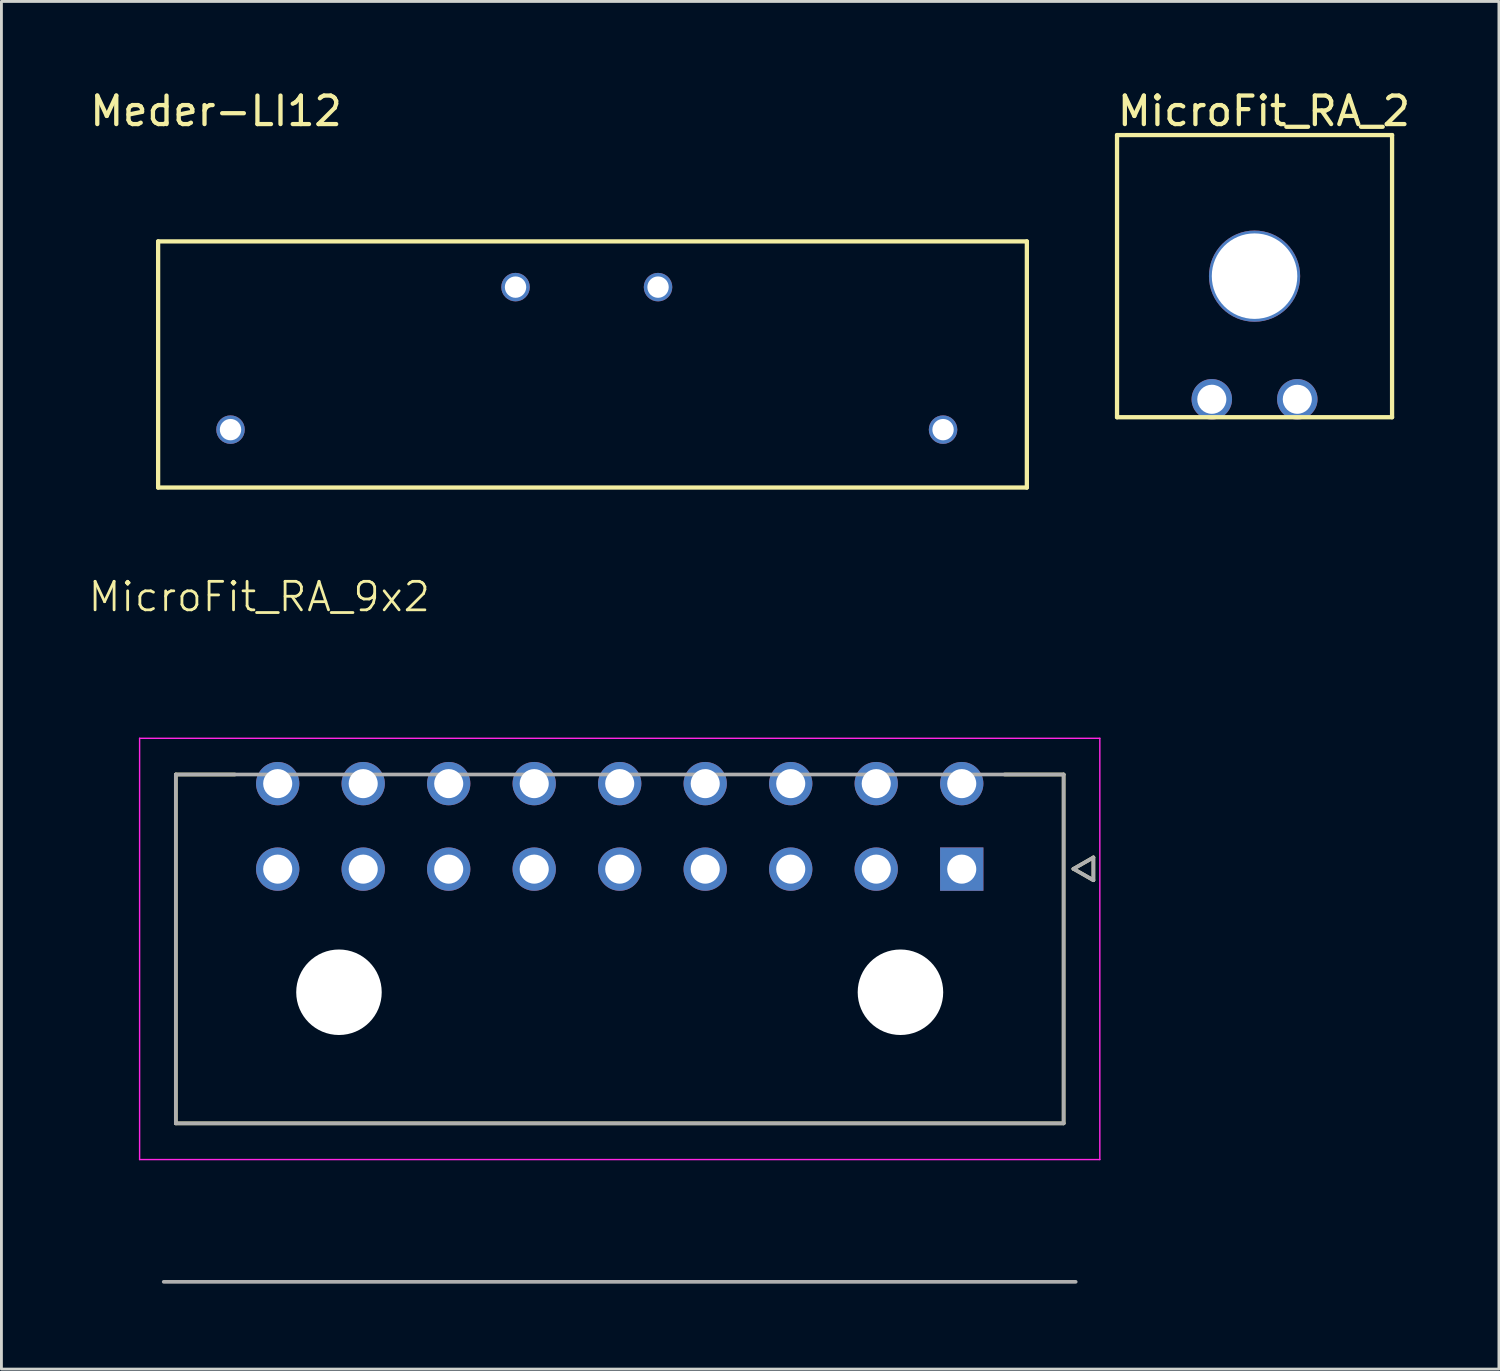
<source format=kicad_pcb>
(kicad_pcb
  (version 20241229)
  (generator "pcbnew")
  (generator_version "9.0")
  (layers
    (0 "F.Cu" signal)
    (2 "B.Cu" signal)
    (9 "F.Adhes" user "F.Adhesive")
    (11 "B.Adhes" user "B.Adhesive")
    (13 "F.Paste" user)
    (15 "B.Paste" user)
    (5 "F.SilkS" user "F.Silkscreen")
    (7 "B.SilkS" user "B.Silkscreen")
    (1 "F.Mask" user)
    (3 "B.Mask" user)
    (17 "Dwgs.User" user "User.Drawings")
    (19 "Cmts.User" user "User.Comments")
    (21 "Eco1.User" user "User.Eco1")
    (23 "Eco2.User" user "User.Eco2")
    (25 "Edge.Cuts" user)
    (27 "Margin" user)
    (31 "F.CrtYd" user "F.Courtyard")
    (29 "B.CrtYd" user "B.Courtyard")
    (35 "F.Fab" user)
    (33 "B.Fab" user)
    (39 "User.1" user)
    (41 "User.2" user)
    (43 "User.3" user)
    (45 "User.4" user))
  (footprint "MicroFit_RA_2"
    (layer "F.Cu")
    (at 40.967 6.639)
    (property "Reference" "MicroFit_RA_2" (at 0.33 -5.791 0) (layer "F.SilkS") (effects (font (size 1 1) (thickness 0.15))))
    (attr through_hole)
    (fp_line (start -4.825 -4.95) (end -4.825 4.95) (stroke (width 0.15) (type solid)) (layer "F.SilkS"))
    (fp_line (start -4.825 -4.95) (end 4.825 -4.95) (stroke (width 0.15) (type solid)) (layer "F.SilkS"))
    (fp_line (start -4.825 4.95) (end 4.825 4.95) (stroke (width 0.15) (type solid)) (layer "F.SilkS"))
    (fp_line (start 4.825 -4.95) (end 4.825 4.95) (stroke (width 0.15) (type solid)) (layer "F.SilkS"))
    (pad "" thru_hole circle (at 0 0) (size 3.2 3.2) (drill 3) (layers "*.Cu" "*.Mask"))
    (pad "1" thru_hole circle (at -1.5 4.32) (size 1.42 1.42) (drill 1.02) (layers "*.Cu" "*.Mask"))
    (pad "2" thru_hole circle (at 1.5 4.32) (size 1.42 1.42) (drill 1.02) (layers "*.Cu" "*.Mask")))
  (footprint "Meder-LI12"
    (layer "F.Cu")
    (at 5.038 12.024)
    (property "Reference" "Meder-LI12" (at -0.508 -11.176 0) (layer "F.SilkS") (effects (font (size 1 1) (thickness 0.15))))
    (attr through_hole)
    (fp_line (start -2.54 -6.604) (end 27.94 -6.604) (stroke (width 0.15) (type solid)) (layer "F.SilkS"))
    (fp_line (start -2.54 2.032) (end -2.54 -6.604) (stroke (width 0.15) (type solid)) (layer "F.SilkS"))
    (fp_line (start 27.94 -6.604) (end 27.94 2.032) (stroke (width 0.15) (type solid)) (layer "F.SilkS"))
    (fp_line (start 27.94 2.032) (end -2.54 2.032) (stroke (width 0.15) (type solid)) (layer "F.SilkS"))
    (pad "1" thru_hole circle (at 0 0) (size 1 1) (drill 0.75) (layers "*.Cu" "*.Mask"))
    (pad "2" thru_hole circle (at 25 0) (size 1 1) (drill 0.75) (layers "*.Cu" "*.Mask"))
    (pad "3" thru_hole circle (at 10 -5) (size 1 1) (drill 0.75) (layers "*.Cu" "*.Mask"))
    (pad "4" thru_hole circle (at 15 -5) (size 1 1) (drill 0.75) (layers "*.Cu" "*.Mask")))
  (footprint "MicroFit_RA_9x2"
    (layer "F.Cu")
    (at 30.693 27.444)
    (property "Reference" "MicroFit_RA_9x2" (at -24.645 -9.555 0) (layer "F.SilkS") (effects (font (size 1 1) (thickness 0.098))))
    (attr through_hole)
    (fp_circle (center -24 -3) (end -23.582 -3) (stroke (width 0.836) (type solid)) (fill no) (layer "F.Mask"))
    (fp_circle (center -24 0) (end -23.582 0) (stroke (width 0.836) (type solid)) (fill no) (layer "F.Mask"))
    (fp_circle (center -21.85 4.32) (end -21.062 4.32) (stroke (width 1.576) (type solid)) (fill no) (layer "F.Mask"))
    (fp_circle (center -21 -3) (end -20.582 -3) (stroke (width 0.836) (type solid)) (fill no) (layer "F.Mask"))
    (fp_circle (center -21 0) (end -20.582 0) (stroke (width 0.836) (type solid)) (fill no) (layer "F.Mask"))
    (fp_circle (center -18 -3) (end -17.582 -3) (stroke (width 0.836) (type solid)) (fill no) (layer "F.Mask"))
    (fp_circle (center -18 0) (end -17.582 0) (stroke (width 0.836) (type solid)) (fill no) (layer "F.Mask"))
    (fp_circle (center -15 -3) (end -14.582 -3) (stroke (width 0.836) (type solid)) (fill no) (layer "F.Mask"))
    (fp_circle (center -15 0) (end -14.582 0) (stroke (width 0.836) (type solid)) (fill no) (layer "F.Mask"))
    (fp_circle (center -12 -3) (end -11.582 -3) (stroke (width 0.836) (type solid)) (fill no) (layer "F.Mask"))
    (fp_circle (center -12 0) (end -11.582 0) (stroke (width 0.836) (type solid)) (fill no) (layer "F.Mask"))
    (fp_circle (center -9 -3) (end -8.582 -3) (stroke (width 0.836) (type solid)) (fill no) (layer "F.Mask"))
    (fp_circle (center -9 0) (end -8.582 0) (stroke (width 0.836) (type solid)) (fill no) (layer "F.Mask"))
    (fp_circle (center -6 -3) (end -5.582 -3) (stroke (width 0.836) (type solid)) (fill no) (layer "F.Mask"))
    (fp_circle (center -6 0) (end -5.582 0) (stroke (width 0.836) (type solid)) (fill no) (layer "F.Mask"))
    (fp_circle (center -3 -3) (end -2.582 -3) (stroke (width 0.836) (type solid)) (fill no) (layer "F.Mask"))
    (fp_circle (center -3 0) (end -2.582 0) (stroke (width 0.836) (type solid)) (fill no) (layer "F.Mask"))
    (fp_circle (center -2.15 4.32) (end -1.362 4.32) (stroke (width 1.576) (type solid)) (fill no) (layer "F.Mask"))
    (fp_circle (center 0 -3) (end 0.418 -3) (stroke (width 0.836) (type solid)) (fill no) (layer "F.Mask"))
    (fp_poly (pts (xy -0.836 -0.836) (xy 0.836 -0.836) (xy 0.836 0.836) (xy -0.836 0.836)) (stroke (width 0.01) (type solid)) (fill yes) (layer "F.Mask"))
    (fp_circle (center -24 -3) (end -23.582 -3) (stroke (width 0.836) (type solid)) (fill no) (layer "B.Mask"))
    (fp_circle (center -24 0) (end -23.582 0) (stroke (width 0.836) (type solid)) (fill no) (layer "B.Mask"))
    (fp_circle (center -21.85 4.32) (end -21.062 4.32) (stroke (width 1.576) (type solid)) (fill no) (layer "B.Mask"))
    (fp_circle (center -21 -3) (end -20.582 -3) (stroke (width 0.836) (type solid)) (fill no) (layer "B.Mask"))
    (fp_circle (center -21 0) (end -20.582 0) (stroke (width 0.836) (type solid)) (fill no) (layer "B.Mask"))
    (fp_circle (center -18 -3) (end -17.582 -3) (stroke (width 0.836) (type solid)) (fill no) (layer "B.Mask"))
    (fp_circle (center -18 0) (end -17.582 0) (stroke (width 0.836) (type solid)) (fill no) (layer "B.Mask"))
    (fp_circle (center -15 -3) (end -14.582 -3) (stroke (width 0.836) (type solid)) (fill no) (layer "B.Mask"))
    (fp_circle (center -15 0) (end -14.582 0) (stroke (width 0.836) (type solid)) (fill no) (layer "B.Mask"))
    (fp_circle (center -12 -3) (end -11.582 -3) (stroke (width 0.836) (type solid)) (fill no) (layer "B.Mask"))
    (fp_circle (center -12 0) (end -11.582 0) (stroke (width 0.836) (type solid)) (fill no) (layer "B.Mask"))
    (fp_circle (center -9 -3) (end -8.582 -3) (stroke (width 0.836) (type solid)) (fill no) (layer "B.Mask"))
    (fp_circle (center -9 0) (end -8.582 0) (stroke (width 0.836) (type solid)) (fill no) (layer "B.Mask"))
    (fp_circle (center -6 -3) (end -5.582 -3) (stroke (width 0.836) (type solid)) (fill no) (layer "B.Mask"))
    (fp_circle (center -6 0) (end -5.582 0) (stroke (width 0.836) (type solid)) (fill no) (layer "B.Mask"))
    (fp_circle (center -3 -3) (end -2.582 -3) (stroke (width 0.836) (type solid)) (fill no) (layer "B.Mask"))
    (fp_circle (center -3 0) (end -2.582 0) (stroke (width 0.836) (type solid)) (fill no) (layer "B.Mask"))
    (fp_circle (center -2.15 4.32) (end -1.362 4.32) (stroke (width 1.576) (type solid)) (fill no) (layer "B.Mask"))
    (fp_circle (center 0 -3) (end 0.418 -3) (stroke (width 0.836) (type solid)) (fill no) (layer "B.Mask"))
    (fp_poly (pts (xy -0.836 -0.836) (xy 0.836 -0.836) (xy 0.836 0.836) (xy -0.836 0.836)) (stroke (width 0.01) (type solid)) (fill yes) (layer "B.Mask"))
    (fp_line (start -27.575 -3.32) (end -27.575 8.92) (stroke (width 0.127) (type solid)) (layer "F.SilkS"))
    (fp_line (start -27.575 8.92) (end 3.575 8.92) (stroke (width 0.127) (type solid)) (layer "F.SilkS"))
    (fp_line (start -25.5 -3.32) (end -27.575 -3.32) (stroke (width 0.127) (type solid)) (layer "F.SilkS"))
    (fp_line (start 3.575 -3.32) (end 1.5 -3.32) (stroke (width 0.127) (type solid)) (layer "F.SilkS"))
    (fp_line (start 3.575 8.92) (end 3.575 -3.32) (stroke (width 0.127) (type solid)) (layer "F.SilkS"))
    (fp_line (start 3.92 -0.01) (end 4.62 0.39) (stroke (width 0.127) (type solid)) (layer "F.SilkS"))
    (fp_line (start 4.62 -0.41) (end 3.92 -0.01) (stroke (width 0.127) (type solid)) (layer "F.SilkS"))
    (fp_line (start 4.62 0.39) (end 4.62 -0.41) (stroke (width 0.127) (type solid)) (layer "F.SilkS"))
    (fp_line (start -28.845 -4.59) (end 4.845 -4.59) (stroke (width 0.05) (type solid)) (layer "F.CrtYd"))
    (fp_line (start -28.845 10.19) (end -28.845 -4.59) (stroke (width 0.05) (type solid)) (layer "F.CrtYd"))
    (fp_line (start 4.845 -4.59) (end 4.845 10.19) (stroke (width 0.05) (type solid)) (layer "F.CrtYd"))
    (fp_line (start 4.845 10.19) (end -28.845 10.19) (stroke (width 0.05) (type solid)) (layer "F.CrtYd"))
    (fp_line (start -28 14.48) (end 4 14.48) (stroke (width 0.127) (type solid)) (layer "F.Fab"))
    (fp_line (start -27.575 -3.32) (end -27.575 8.92) (stroke (width 0.127) (type solid)) (layer "F.Fab"))
    (fp_line (start -27.575 8.92) (end 3.575 8.92) (stroke (width 0.127) (type solid)) (layer "F.Fab"))
    (fp_line (start 3.575 -3.32) (end -27.575 -3.32) (stroke (width 0.127) (type solid)) (layer "F.Fab"))
    (fp_line (start 3.575 8.92) (end 3.575 -3.32) (stroke (width 0.127) (type solid)) (layer "F.Fab"))
    (fp_line (start 3.92 -0.01) (end 4.62 0.39) (stroke (width 0.127) (type solid)) (layer "F.Fab"))
    (fp_line (start 4.62 -0.41) (end 3.92 -0.01) (stroke (width 0.127) (type solid)) (layer "F.Fab"))
    (fp_line (start 4.62 0.39) (end 4.62 -0.41) (stroke (width 0.127) (type solid)) (layer "F.Fab"))
    (pad "" np_thru_hole circle (at -21.85 4.32) (size 3 3) (drill 3) (layers "*.Cu" "*.Mask"))
    (pad "" np_thru_hole circle (at -2.15 4.32) (size 3 3) (drill 3) (layers "*.Cu" "*.Mask"))
    (pad "1" thru_hole rect (at 0 0) (size 1.52 1.52) (drill 1.02) (layers "*.Cu"))
    (pad "2" thru_hole circle (at -3 0) (size 1.52 1.52) (drill 1.02) (layers "*.Cu"))
    (pad "3" thru_hole circle (at -6 0) (size 1.52 1.52) (drill 1.02) (layers "*.Cu"))
    (pad "4" thru_hole circle (at -9 0) (size 1.52 1.52) (drill 1.02) (layers "*.Cu"))
    (pad "5" thru_hole circle (at -12 0) (size 1.52 1.52) (drill 1.02) (layers "*.Cu"))
    (pad "6" thru_hole circle (at -15 0) (size 1.52 1.52) (drill 1.02) (layers "*.Cu"))
    (pad "7" thru_hole circle (at -18 0) (size 1.52 1.52) (drill 1.02) (layers "*.Cu"))
    (pad "8" thru_hole circle (at -21 0) (size 1.52 1.52) (drill 1.02) (layers "*.Cu"))
    (pad "9" thru_hole circle (at -24 0) (size 1.52 1.52) (drill 1.02) (layers "*.Cu"))
    (pad "10" thru_hole circle (at 0 -3) (size 1.52 1.52) (drill 1.02) (layers "*.Cu"))
    (pad "11" thru_hole circle (at -3 -3) (size 1.52 1.52) (drill 1.02) (layers "*.Cu"))
    (pad "12" thru_hole circle (at -6 -3) (size 1.52 1.52) (drill 1.02) (layers "*.Cu"))
    (pad "13" thru_hole circle (at -9 -3) (size 1.52 1.52) (drill 1.02) (layers "*.Cu"))
    (pad "14" thru_hole circle (at -12 -3) (size 1.52 1.52) (drill 1.02) (layers "*.Cu"))
    (pad "15" thru_hole circle (at -15 -3) (size 1.52 1.52) (drill 1.02) (layers "*.Cu"))
    (pad "16" thru_hole circle (at -18 -3) (size 1.52 1.52) (drill 1.02) (layers "*.Cu"))
    (pad "17" thru_hole circle (at -21 -3) (size 1.52 1.52) (drill 1.02) (layers "*.Cu"))
    (pad "18" thru_hole circle (at -24 -3) (size 1.52 1.52) (drill 1.02) (layers "*.Cu")))
  (gr_rect
    (start -3 -3)
    (end 49.541 44.987)
    (stroke (width 0.1) (type default))
    (fill no)
    (layer "Edge.Cuts")))
</source>
